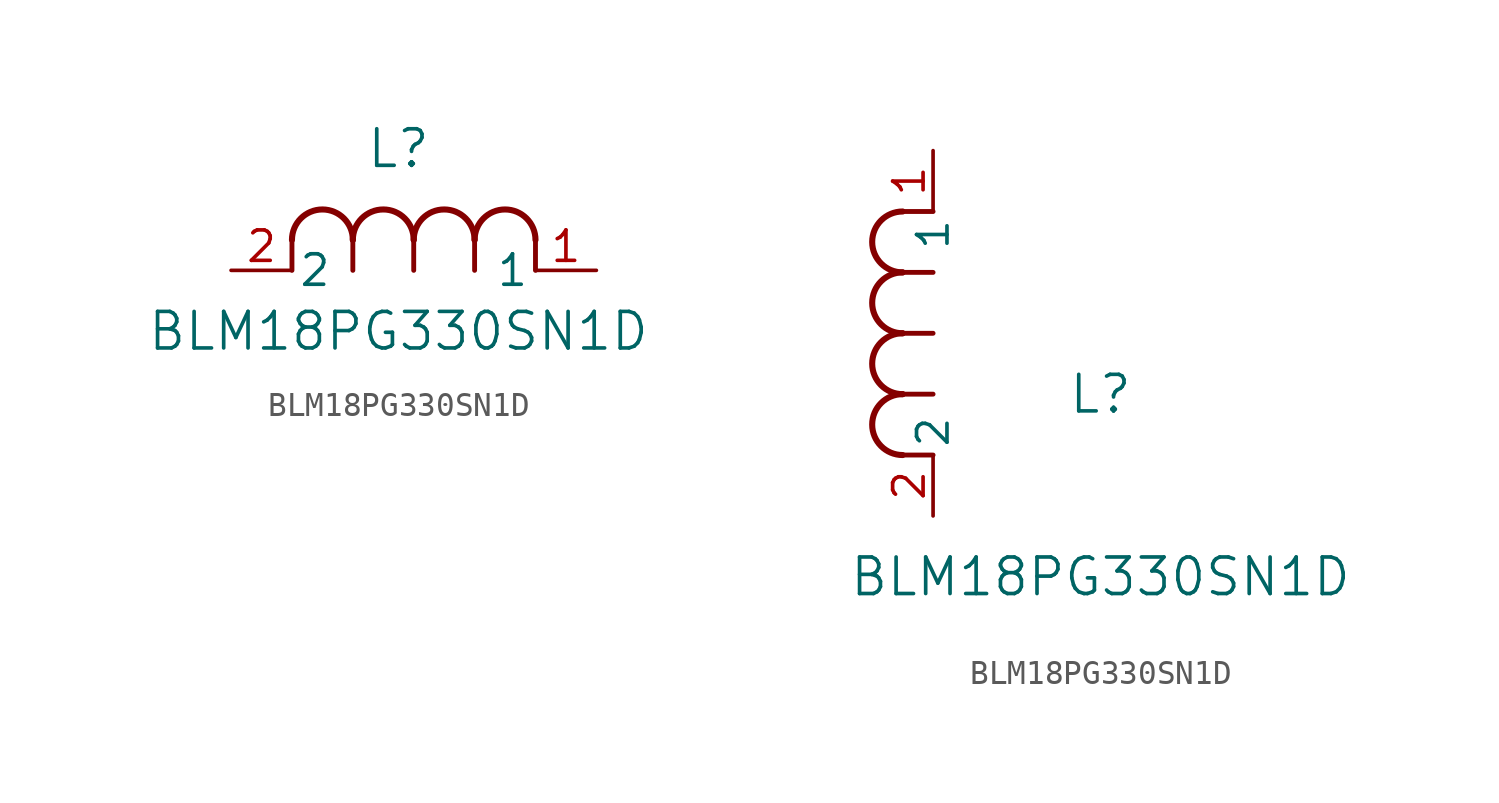
<source format=kicad_sym>
(kicad_symbol_lib
  (version 20211014)
  (generator kicad_symbol_editor)
  (symbol "BLM18PG330SN1D"
    (pin_names
      (offset 0.254))
    (property "Reference" "L"
      (at 6.985 5.08 0)
      (effects (font (size 1.524 1.524))))
    (property "Value" "BLM18PG330SN1D"
      (at 6.985 -2.54 0)
      (effects (font (size 1.524 1.524))))
    (symbol "BLM18PG330SN1D_1_1"
      (arc (start 7.62 1.27) (mid 6.35 2.54) (end 5.08 1.27) (stroke (width 0.254) (type default) (color 0 0 0 0)) (fill (type none)))
      (polyline (pts (xy 5.08 0) (xy 5.08 1.27)) (stroke (width 0.203) (type default) (color 0 0 0 0)) (fill (type none)))
      (polyline (pts (xy 7.62 0) (xy 7.62 1.27)) (stroke (width 0.203) (type default) (color 0 0 0 0)) (fill (type none)))
      (polyline (pts (xy 12.7 0) (xy 12.7 1.27)) (stroke (width 0.203) (type default) (color 0 0 0 0)) (fill (type none)))
      (arc (start 5.08 1.27) (mid 3.81 2.54) (end 2.54 1.27) (stroke (width 0.254) (type default) (color 0 0 0 0)) (fill (type none)))
      (arc (start 10.16 1.27) (mid 8.89 2.54) (end 7.62 1.27) (stroke (width 0.254) (type default) (color 0 0 0 0)) (fill (type none)))
      (arc (start 12.7 1.27) (mid 11.43 2.54) (end 10.16 1.27) (stroke (width 0.254) (type default) (color 0 0 0 0)) (fill (type none)))
      (polyline (pts (xy 2.54 0) (xy 2.54 1.27)) (stroke (width 0.203) (type default) (color 0 0 0 0)) (fill (type none)))
      (polyline (pts (xy 10.16 0) (xy 10.16 1.27)) (stroke (width 0.203) (type default) (color 0 0 0 0)) (fill (type none)))
      (pin unspecified line (at 0 0 0) (length 2.54) (name "2" (effects (font (size 1.27 1.27)))) (number "2" (effects (font (size 1.27 1.27)))))
      (pin unspecified line (at 15.24 0 180) (length 2.54) (name "1" (effects (font (size 1.27 1.27)))) (number "1" (effects (font (size 1.27 1.27))))))
    (symbol "BLM18PG330SN1D_1_2"
      (arc (start -1.27 7.62) (mid -2.54 6.35) (end -1.27 5.08) (stroke (width 0.254) (type default) (color 0 0 0 0)) (fill (type none)))
      (arc (start -1.27 5.08) (mid -2.54 3.81) (end -1.27 2.54) (stroke (width 0.254) (type default) (color 0 0 0 0)) (fill (type none)))
      (arc (start -1.27 12.7) (mid -2.54 11.43) (end -1.27 10.16) (stroke (width 0.254) (type default) (color 0 0 0 0)) (fill (type none)))
      (arc (start -1.27 10.16) (mid -2.54 8.89) (end -1.27 7.62) (stroke (width 0.254) (type default) (color 0 0 0 0)) (fill (type none)))
      (polyline (pts (xy 0 7.62) (xy -1.27 7.62)) (stroke (width 0.203) (type default) (color 0 0 0 0)) (fill (type none)))
      (polyline (pts (xy 0 5.08) (xy -1.27 5.08)) (stroke (width 0.203) (type default) (color 0 0 0 0)) (fill (type none)))
      (polyline (pts (xy 0 12.7) (xy -1.27 12.7)) (stroke (width 0.203) (type default) (color 0 0 0 0)) (fill (type none)))
      (polyline (pts (xy 0 2.54) (xy -1.27 2.54)) (stroke (width 0.203) (type default) (color 0 0 0 0)) (fill (type none)))
      (polyline (pts (xy 0 10.16) (xy -1.27 10.16)) (stroke (width 0.203) (type default) (color 0 0 0 0)) (fill (type none)))
      (pin unspecified line (at 0 0 90) (length 2.54) (name "2" (effects (font (size 1.27 1.27)))) (number "2" (effects (font (size 1.27 1.27)))))
      (pin unspecified line (at 0 15.24 270) (length 2.54) (name "1" (effects (font (size 1.27 1.27)))) (number "1" (effects (font (size 1.27 1.27))))))))
</source>
